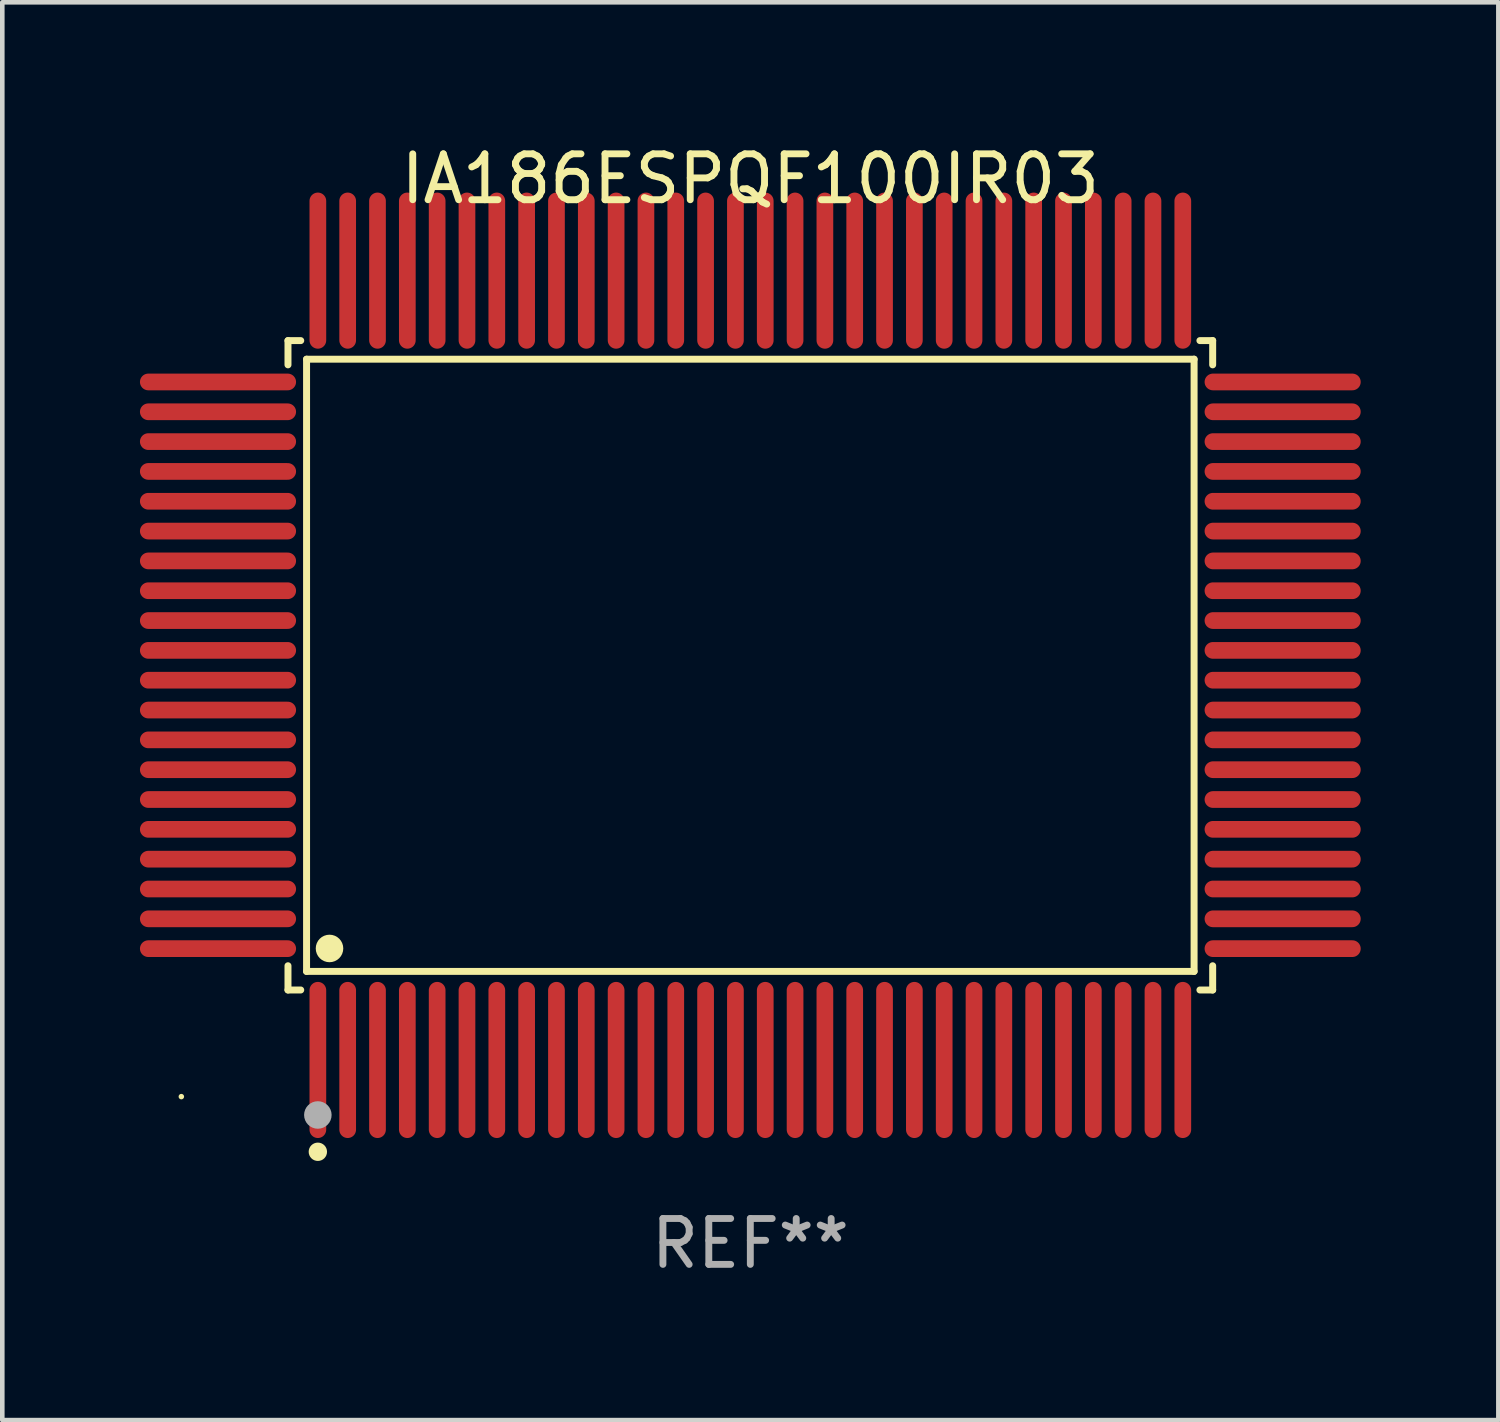
<source format=kicad_pcb>
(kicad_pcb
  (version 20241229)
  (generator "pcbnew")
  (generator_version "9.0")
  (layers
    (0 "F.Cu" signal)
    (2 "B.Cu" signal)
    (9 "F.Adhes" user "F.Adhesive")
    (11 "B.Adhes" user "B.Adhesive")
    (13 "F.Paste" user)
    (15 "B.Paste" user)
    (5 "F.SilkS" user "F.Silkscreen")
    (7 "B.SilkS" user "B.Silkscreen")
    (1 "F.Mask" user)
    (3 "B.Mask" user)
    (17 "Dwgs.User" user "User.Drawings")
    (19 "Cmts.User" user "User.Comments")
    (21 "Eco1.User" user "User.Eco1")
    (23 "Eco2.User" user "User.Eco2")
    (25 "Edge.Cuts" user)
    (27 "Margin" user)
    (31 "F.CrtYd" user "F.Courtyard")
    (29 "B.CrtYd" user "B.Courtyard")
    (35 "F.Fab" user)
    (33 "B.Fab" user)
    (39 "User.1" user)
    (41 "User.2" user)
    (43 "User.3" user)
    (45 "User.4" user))
  (footprint "IA186ESPQF100IR03"
    (layer "F.Cu")
    (at 13.302 11.449)
    (property "Reference" "IA186ESPQF100IR03" (at 0 -10.601 0) (layer "F.SilkS") (effects (font (size 1 1) (thickness 0.15))))
    (attr through_hole)
    (fp_line (start -10.076 -7.076) (end -9.798 -7.076) (stroke (width 0.152) (type solid)) (layer "F.SilkS"))
    (fp_line (start -10.076 -6.548) (end -10.076 -7.076) (stroke (width 0.152) (type solid)) (layer "F.SilkS"))
    (fp_line (start -10.076 6.548) (end -10.076 7.076) (stroke (width 0.152) (type solid)) (layer "F.SilkS"))
    (fp_line (start -10.076 7.076) (end -9.798 7.076) (stroke (width 0.152) (type solid)) (layer "F.SilkS"))
    (fp_line (start -9.671 -6.671) (end 9.671 -6.671) (stroke (width 0.152) (type solid)) (layer "F.SilkS"))
    (fp_line (start -9.671 6.671) (end -9.671 -6.671) (stroke (width 0.152) (type solid)) (layer "F.SilkS"))
    (fp_line (start 9.671 -6.671) (end 9.671 6.671) (stroke (width 0.152) (type solid)) (layer "F.SilkS"))
    (fp_line (start 9.671 6.671) (end -9.671 6.671) (stroke (width 0.152) (type solid)) (layer "F.SilkS"))
    (fp_line (start 10.076 -7.076) (end 9.798 -7.076) (stroke (width 0.152) (type solid)) (layer "F.SilkS"))
    (fp_line (start 10.076 -6.548) (end 10.076 -7.076) (stroke (width 0.152) (type solid)) (layer "F.SilkS"))
    (fp_line (start 10.076 6.548) (end 10.076 7.076) (stroke (width 0.152) (type solid)) (layer "F.SilkS"))
    (fp_line (start 10.076 7.076) (end 9.798 7.076) (stroke (width 0.152) (type solid)) (layer "F.SilkS"))
    (fp_circle (center -12.4 9.4) (end -12.37 9.4) (stroke (width 0.06) (type solid)) (fill no) (layer "F.SilkS"))
    (fp_circle (center -9.425 10.602) (end -9.325 10.602) (stroke (width 0.2) (type solid)) (fill no) (layer "F.SilkS"))
    (fp_circle (center -9.171 6.171) (end -9.021 6.171) (stroke (width 0.3) (type solid)) (fill no) (layer "F.SilkS"))
    (fp_circle (center -9.425 9.8) (end -9.275 9.8) (stroke (width 0.3) (type solid)) (fill no) (layer "F.Fab"))
    (fp_text user "REF**" (at 0 12.601 0) (layer "F.Fab") (effects (font (size 1 1) (thickness 0.15))))
    (pad "1" smd oval (at -9.425 8.601) (size 0.364 3.402) (layers "F.Cu" "F.Mask" "F.Paste"))
    (pad "2" smd oval (at -8.775 8.601) (size 0.364 3.402) (layers "F.Cu" "F.Mask" "F.Paste"))
    (pad "3" smd oval (at -8.125 8.601) (size 0.364 3.402) (layers "F.Cu" "F.Mask" "F.Paste"))
    (pad "4" smd oval (at -7.475 8.601) (size 0.364 3.402) (layers "F.Cu" "F.Mask" "F.Paste"))
    (pad "5" smd oval (at -6.825 8.601) (size 0.364 3.402) (layers "F.Cu" "F.Mask" "F.Paste"))
    (pad "6" smd oval (at -6.175 8.601) (size 0.364 3.402) (layers "F.Cu" "F.Mask" "F.Paste"))
    (pad "7" smd oval (at -5.525 8.601) (size 0.364 3.402) (layers "F.Cu" "F.Mask" "F.Paste"))
    (pad "8" smd oval (at -4.875 8.601) (size 0.364 3.402) (layers "F.Cu" "F.Mask" "F.Paste"))
    (pad "9" smd oval (at -4.225 8.601) (size 0.364 3.402) (layers "F.Cu" "F.Mask" "F.Paste"))
    (pad "10" smd oval (at -3.575 8.601) (size 0.364 3.402) (layers "F.Cu" "F.Mask" "F.Paste"))
    (pad "11" smd oval (at -2.925 8.601) (size 0.364 3.402) (layers "F.Cu" "F.Mask" "F.Paste"))
    (pad "12" smd oval (at -2.275 8.601) (size 0.364 3.402) (layers "F.Cu" "F.Mask" "F.Paste"))
    (pad "13" smd oval (at -1.625 8.601) (size 0.364 3.402) (layers "F.Cu" "F.Mask" "F.Paste"))
    (pad "14" smd oval (at -0.975 8.601) (size 0.364 3.402) (layers "F.Cu" "F.Mask" "F.Paste"))
    (pad "15" smd oval (at -0.325 8.601) (size 0.364 3.402) (layers "F.Cu" "F.Mask" "F.Paste"))
    (pad "16" smd oval (at 0.325 8.601) (size 0.364 3.402) (layers "F.Cu" "F.Mask" "F.Paste"))
    (pad "17" smd oval (at 0.975 8.601) (size 0.364 3.402) (layers "F.Cu" "F.Mask" "F.Paste"))
    (pad "18" smd oval (at 1.625 8.601) (size 0.364 3.402) (layers "F.Cu" "F.Mask" "F.Paste"))
    (pad "19" smd oval (at 2.275 8.601) (size 0.364 3.402) (layers "F.Cu" "F.Mask" "F.Paste"))
    (pad "20" smd oval (at 2.925 8.601) (size 0.364 3.402) (layers "F.Cu" "F.Mask" "F.Paste"))
    (pad "21" smd oval (at 3.575 8.601) (size 0.364 3.402) (layers "F.Cu" "F.Mask" "F.Paste"))
    (pad "22" smd oval (at 4.225 8.601) (size 0.364 3.402) (layers "F.Cu" "F.Mask" "F.Paste"))
    (pad "23" smd oval (at 4.875 8.601) (size 0.364 3.402) (layers "F.Cu" "F.Mask" "F.Paste"))
    (pad "24" smd oval (at 5.525 8.601) (size 0.364 3.402) (layers "F.Cu" "F.Mask" "F.Paste"))
    (pad "25" smd oval (at 6.175 8.601) (size 0.364 3.402) (layers "F.Cu" "F.Mask" "F.Paste"))
    (pad "26" smd oval (at 6.825 8.601) (size 0.364 3.402) (layers "F.Cu" "F.Mask" "F.Paste"))
    (pad "27" smd oval (at 7.475 8.601) (size 0.364 3.402) (layers "F.Cu" "F.Mask" "F.Paste"))
    (pad "28" smd oval (at 8.125 8.601) (size 0.364 3.402) (layers "F.Cu" "F.Mask" "F.Paste"))
    (pad "29" smd oval (at 8.775 8.601) (size 0.364 3.402) (layers "F.Cu" "F.Mask" "F.Paste"))
    (pad "30" smd oval (at 9.425 8.601) (size 0.364 3.402) (layers "F.Cu" "F.Mask" "F.Paste"))
    (pad "31" smd oval (at 11.601 6.175) (size 3.402 0.364) (layers "F.Cu" "F.Mask" "F.Paste"))
    (pad "32" smd oval (at 11.601 5.525) (size 3.402 0.364) (layers "F.Cu" "F.Mask" "F.Paste"))
    (pad "33" smd oval (at 11.601 4.875) (size 3.402 0.364) (layers "F.Cu" "F.Mask" "F.Paste"))
    (pad "34" smd oval (at 11.601 4.225) (size 3.402 0.364) (layers "F.Cu" "F.Mask" "F.Paste"))
    (pad "35" smd oval (at 11.601 3.575) (size 3.402 0.364) (layers "F.Cu" "F.Mask" "F.Paste"))
    (pad "36" smd oval (at 11.601 2.925) (size 3.402 0.364) (layers "F.Cu" "F.Mask" "F.Paste"))
    (pad "37" smd oval (at 11.601 2.275) (size 3.402 0.364) (layers "F.Cu" "F.Mask" "F.Paste"))
    (pad "38" smd oval (at 11.601 1.625) (size 3.402 0.364) (layers "F.Cu" "F.Mask" "F.Paste"))
    (pad "39" smd oval (at 11.601 0.975) (size 3.402 0.364) (layers "F.Cu" "F.Mask" "F.Paste"))
    (pad "40" smd oval (at 11.601 0.325) (size 3.402 0.364) (layers "F.Cu" "F.Mask" "F.Paste"))
    (pad "41" smd oval (at 11.601 -0.325) (size 3.402 0.364) (layers "F.Cu" "F.Mask" "F.Paste"))
    (pad "42" smd oval (at 11.601 -0.975) (size 3.402 0.364) (layers "F.Cu" "F.Mask" "F.Paste"))
    (pad "43" smd oval (at 11.601 -1.625) (size 3.402 0.364) (layers "F.Cu" "F.Mask" "F.Paste"))
    (pad "44" smd oval (at 11.601 -2.275) (size 3.402 0.364) (layers "F.Cu" "F.Mask" "F.Paste"))
    (pad "45" smd oval (at 11.601 -2.925) (size 3.402 0.364) (layers "F.Cu" "F.Mask" "F.Paste"))
    (pad "46" smd oval (at 11.601 -3.575) (size 3.402 0.364) (layers "F.Cu" "F.Mask" "F.Paste"))
    (pad "47" smd oval (at 11.601 -4.225) (size 3.402 0.364) (layers "F.Cu" "F.Mask" "F.Paste"))
    (pad "48" smd oval (at 11.601 -4.875) (size 3.402 0.364) (layers "F.Cu" "F.Mask" "F.Paste"))
    (pad "49" smd oval (at 11.601 -5.525) (size 3.402 0.364) (layers "F.Cu" "F.Mask" "F.Paste"))
    (pad "50" smd oval (at 11.601 -6.175) (size 3.402 0.364) (layers "F.Cu" "F.Mask" "F.Paste"))
    (pad "51" smd oval (at 9.425 -8.601) (size 0.364 3.402) (layers "F.Cu" "F.Mask" "F.Paste"))
    (pad "52" smd oval (at 8.775 -8.601) (size 0.364 3.402) (layers "F.Cu" "F.Mask" "F.Paste"))
    (pad "53" smd oval (at 8.125 -8.601) (size 0.364 3.402) (layers "F.Cu" "F.Mask" "F.Paste"))
    (pad "54" smd oval (at 7.475 -8.601) (size 0.364 3.402) (layers "F.Cu" "F.Mask" "F.Paste"))
    (pad "55" smd oval (at 6.825 -8.601) (size 0.364 3.402) (layers "F.Cu" "F.Mask" "F.Paste"))
    (pad "56" smd oval (at 6.175 -8.601) (size 0.364 3.402) (layers "F.Cu" "F.Mask" "F.Paste"))
    (pad "57" smd oval (at 5.525 -8.601) (size 0.364 3.402) (layers "F.Cu" "F.Mask" "F.Paste"))
    (pad "58" smd oval (at 4.875 -8.601) (size 0.364 3.402) (layers "F.Cu" "F.Mask" "F.Paste"))
    (pad "59" smd oval (at 4.225 -8.601) (size 0.364 3.402) (layers "F.Cu" "F.Mask" "F.Paste"))
    (pad "60" smd oval (at 3.575 -8.601) (size 0.364 3.402) (layers "F.Cu" "F.Mask" "F.Paste"))
    (pad "61" smd oval (at 2.925 -8.601) (size 0.364 3.402) (layers "F.Cu" "F.Mask" "F.Paste"))
    (pad "62" smd oval (at 2.275 -8.601) (size 0.364 3.402) (layers "F.Cu" "F.Mask" "F.Paste"))
    (pad "63" smd oval (at 1.625 -8.601) (size 0.364 3.402) (layers "F.Cu" "F.Mask" "F.Paste"))
    (pad "64" smd oval (at 0.975 -8.601) (size 0.364 3.402) (layers "F.Cu" "F.Mask" "F.Paste"))
    (pad "65" smd oval (at 0.325 -8.601) (size 0.364 3.402) (layers "F.Cu" "F.Mask" "F.Paste"))
    (pad "66" smd oval (at -0.325 -8.601) (size 0.364 3.402) (layers "F.Cu" "F.Mask" "F.Paste"))
    (pad "67" smd oval (at -0.975 -8.601) (size 0.364 3.402) (layers "F.Cu" "F.Mask" "F.Paste"))
    (pad "68" smd oval (at -1.625 -8.601) (size 0.364 3.402) (layers "F.Cu" "F.Mask" "F.Paste"))
    (pad "69" smd oval (at -2.275 -8.601) (size 0.364 3.402) (layers "F.Cu" "F.Mask" "F.Paste"))
    (pad "70" smd oval (at -2.925 -8.601) (size 0.364 3.402) (layers "F.Cu" "F.Mask" "F.Paste"))
    (pad "71" smd oval (at -3.575 -8.601) (size 0.364 3.402) (layers "F.Cu" "F.Mask" "F.Paste"))
    (pad "72" smd oval (at -4.225 -8.601) (size 0.364 3.402) (layers "F.Cu" "F.Mask" "F.Paste"))
    (pad "73" smd oval (at -4.875 -8.601) (size 0.364 3.402) (layers "F.Cu" "F.Mask" "F.Paste"))
    (pad "74" smd oval (at -5.525 -8.601) (size 0.364 3.402) (layers "F.Cu" "F.Mask" "F.Paste"))
    (pad "75" smd oval (at -6.175 -8.601) (size 0.364 3.402) (layers "F.Cu" "F.Mask" "F.Paste"))
    (pad "76" smd oval (at -6.825 -8.601) (size 0.364 3.402) (layers "F.Cu" "F.Mask" "F.Paste"))
    (pad "77" smd oval (at -7.475 -8.601) (size 0.364 3.402) (layers "F.Cu" "F.Mask" "F.Paste"))
    (pad "78" smd oval (at -8.125 -8.601) (size 0.364 3.402) (layers "F.Cu" "F.Mask" "F.Paste"))
    (pad "79" smd oval (at -8.775 -8.601) (size 0.364 3.402) (layers "F.Cu" "F.Mask" "F.Paste"))
    (pad "80" smd oval (at -9.425 -8.601) (size 0.364 3.402) (layers "F.Cu" "F.Mask" "F.Paste"))
    (pad "81" smd oval (at -11.601 -6.175) (size 3.402 0.364) (layers "F.Cu" "F.Mask" "F.Paste"))
    (pad "82" smd oval (at -11.601 -5.525) (size 3.402 0.364) (layers "F.Cu" "F.Mask" "F.Paste"))
    (pad "83" smd oval (at -11.601 -4.875) (size 3.402 0.364) (layers "F.Cu" "F.Mask" "F.Paste"))
    (pad "84" smd oval (at -11.601 -4.225) (size 3.402 0.364) (layers "F.Cu" "F.Mask" "F.Paste"))
    (pad "85" smd oval (at -11.601 -3.575) (size 3.402 0.364) (layers "F.Cu" "F.Mask" "F.Paste"))
    (pad "86" smd oval (at -11.601 -2.925) (size 3.402 0.364) (layers "F.Cu" "F.Mask" "F.Paste"))
    (pad "87" smd oval (at -11.601 -2.275) (size 3.402 0.364) (layers "F.Cu" "F.Mask" "F.Paste"))
    (pad "88" smd oval (at -11.601 -1.625) (size 3.402 0.364) (layers "F.Cu" "F.Mask" "F.Paste"))
    (pad "89" smd oval (at -11.601 -0.975) (size 3.402 0.364) (layers "F.Cu" "F.Mask" "F.Paste"))
    (pad "90" smd oval (at -11.601 -0.325) (size 3.402 0.364) (layers "F.Cu" "F.Mask" "F.Paste"))
    (pad "91" smd oval (at -11.601 0.325) (size 3.402 0.364) (layers "F.Cu" "F.Mask" "F.Paste"))
    (pad "92" smd oval (at -11.601 0.975) (size 3.402 0.364) (layers "F.Cu" "F.Mask" "F.Paste"))
    (pad "93" smd oval (at -11.601 1.625) (size 3.402 0.364) (layers "F.Cu" "F.Mask" "F.Paste"))
    (pad "94" smd oval (at -11.601 2.275) (size 3.402 0.364) (layers "F.Cu" "F.Mask" "F.Paste"))
    (pad "95" smd oval (at -11.601 2.925) (size 3.402 0.364) (layers "F.Cu" "F.Mask" "F.Paste"))
    (pad "96" smd oval (at -11.601 3.575) (size 3.402 0.364) (layers "F.Cu" "F.Mask" "F.Paste"))
    (pad "97" smd oval (at -11.601 4.225) (size 3.402 0.364) (layers "F.Cu" "F.Mask" "F.Paste"))
    (pad "98" smd oval (at -11.601 4.875) (size 3.402 0.364) (layers "F.Cu" "F.Mask" "F.Paste"))
    (pad "99" smd oval (at -11.601 5.525) (size 3.402 0.364) (layers "F.Cu" "F.Mask" "F.Paste"))
    (pad "100" smd oval (at -11.601 6.175) (size 3.402 0.364) (layers "F.Cu" "F.Mask" "F.Paste")))
  (gr_rect
    (start -3 -3)
    (end 29.604 27.898)
    (stroke (width 0.1) (type default))
    (fill no)
    (layer "Edge.Cuts")))
</source>
